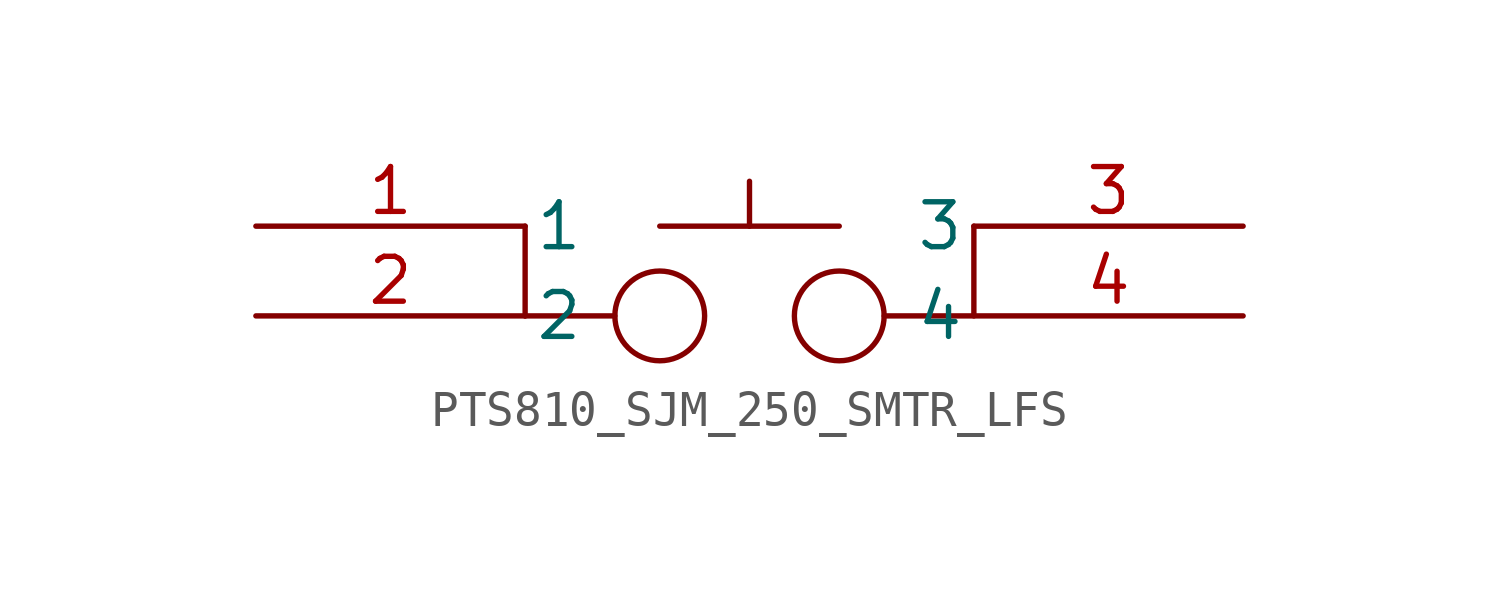
<source format=kicad_sym>
(kicad_symbol_lib
  (version 20241209)
  (generator "kicad_symbol_editor")
  (generator_version "9.0")
  (symbol "PTS810_SJM_250_SMTR_LFS"
    (pin_names
      (offset 0.254))
    (property "Reference" "SW"
      (at 20.32 10.16 0)
      (effects (font (size 1.524 1.524)) (hide yes)))
    (property "ki_locked" ""
      (at 0 0 0)
      (effects (font (size 1.27 1.27))))
    (symbol "PTS810_SJM_250_SMTR_LFS_0_1"
      (pin unspecified line (at 0 1.27 0) (length 7.62) (name "1" (effects (font (size 1.27 1.27)))) (number "1" (effects (font (size 1.27 1.27)))))
      (pin unspecified line (at 0 -1.27 0) (length 7.62) (name "2" (effects (font (size 1.27 1.27)))) (number "2" (effects (font (size 1.27 1.27)))))
      (pin unspecified line (at 27.94 1.27 180) (length 7.62) (name "3" (effects (font (size 1.27 1.27)))) (number "3" (effects (font (size 1.27 1.27)))))
      (pin unspecified line (at 27.94 -1.27 180) (length 7.62) (name "4" (effects (font (size 1.27 1.27)))) (number "4" (effects (font (size 1.27 1.27))))))
    (symbol "PTS810_SJM_250_SMTR_LFS_1_1"
      (polyline (pts (xy 7.62 1.27) (xy 7.62 -1.27)) (stroke (width 0) (type default)) (fill (type none)))
      (polyline (pts (xy 7.62 -1.27) (xy 10.16 -1.27)) (stroke (width 0) (type default)) (fill (type none)))
      (polyline (pts (xy 11.43 1.27) (xy 16.51 1.27)) (stroke (width 0) (type default)) (fill (type none)))
      (circle (center 11.43 -1.27) (radius 1.27) (stroke (width 0) (type default)) (fill (type none)))
      (polyline (pts (xy 13.97 1.27) (xy 13.97 2.54) (xy 13.97 1.27)) (stroke (width 0) (type default)) (fill (type none)))
      (circle (center 16.51 -1.27) (radius 1.27) (stroke (width 0) (type default)) (fill (type none)))
      (polyline (pts (xy 20.32 1.27) (xy 20.32 -1.27) (xy 17.78 -1.27)) (stroke (width 0) (type default)) (fill (type none))))))
</source>
